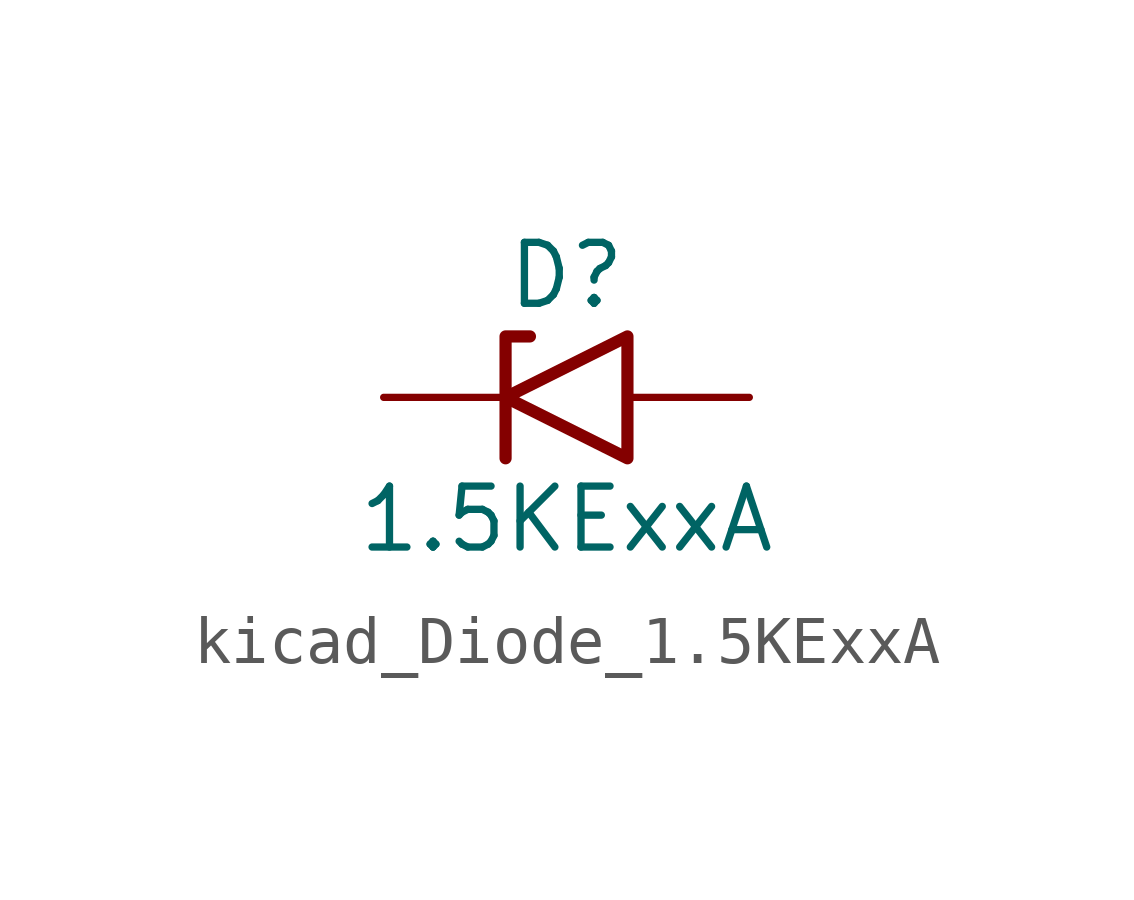
<source format=kicad_sym>
(kicad_symbol_lib
  (version 20220914)
  (generator kicad_symbol_editor)
  (symbol "kicad_Diode_1.5KExxA"
    (pin_numbers hide)
    (pin_names
      (offset 1.016) hide)
    (property "Reference" "D"
      (at 0 2.54 0)
      (effects (font (size 1.27 1.27))))
    (property "Value" "1.5KExxA"
      (at 0 -2.54 0)
      (effects (font (size 1.27 1.27))))
    (symbol "kicad_Diode_1.5KExxA_0_1"
      (polyline (pts (xy -0.762 1.27) (xy -1.27 1.27) (xy -1.27 -1.27)) (stroke (width 0.254) (type default)) (fill (type none)))
      (polyline (pts (xy 1.27 1.27) (xy 1.27 -1.27) (xy -1.27 0) (xy 1.27 1.27)) (stroke (width 0.254) (type default)) (fill (type none))))
    (symbol "kicad_Diode_1.5KExxA_1_1"
      (pin passive line (at -3.81 0 0) (length 2.54) (name "A1" (effects (font (size 1.27 1.27)))) (number "1" (effects (font (size 1.27 1.27)))))
      (pin passive line (at 3.81 0 180) (length 2.54) (name "A2" (effects (font (size 1.27 1.27)))) (number "2" (effects (font (size 1.27 1.27))))))))
</source>
